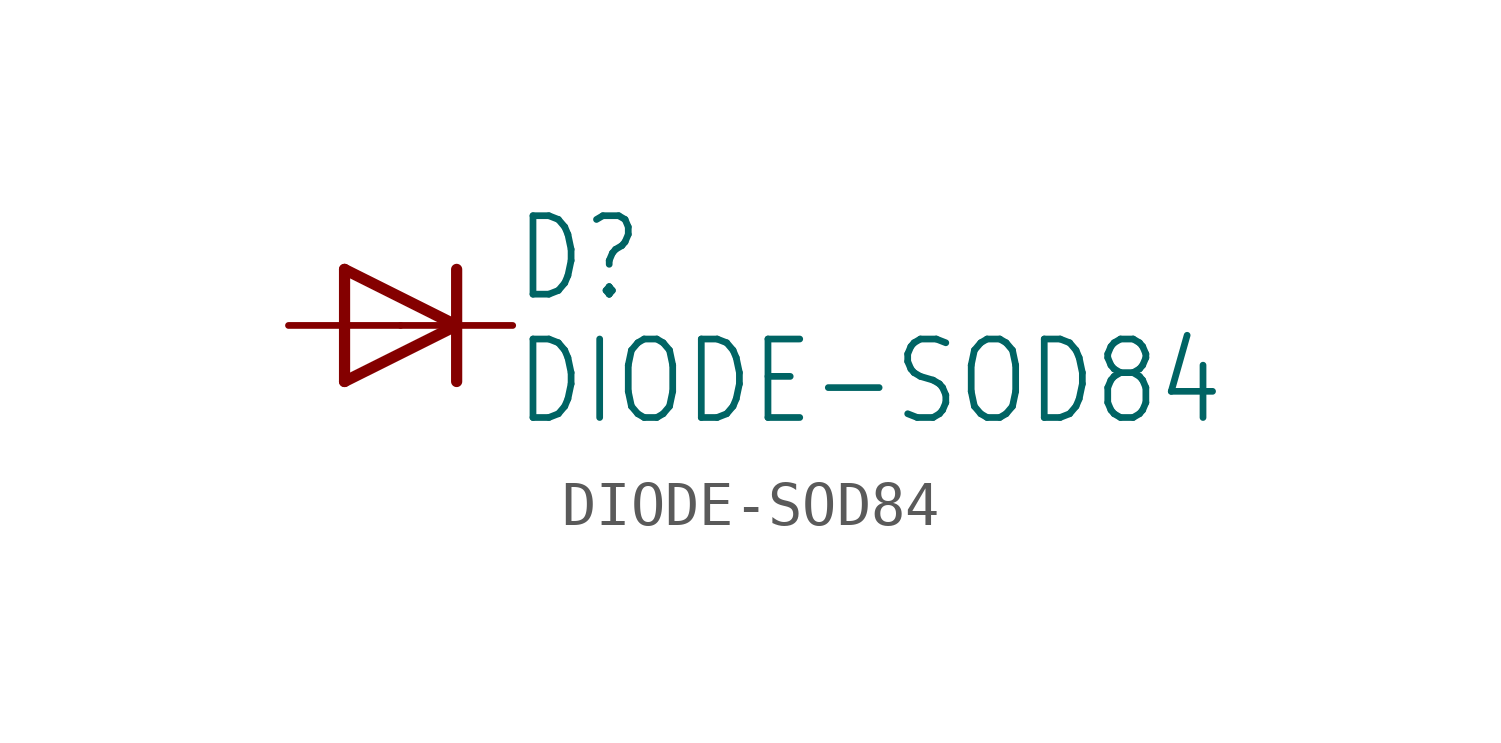
<source format=kicad_sym>
(kicad_symbol_lib
  (version 20211014)
  (generator kicad_symbol_editor)
  (symbol "DIODE-SOD84"
    (property "Reference" "D"
      (at 2.54 0.483 0)
      (effects (font (size 1.778 1.511)) (justify left bottom)))
    (property "Value" "DIODE-SOD84"
      (at 2.54 -2.311 0)
      (effects (font (size 1.778 1.511)) (justify left bottom)))
    (property "ki_locked" ""
      (at 0 0 0)
      (effects (font (size 1.27 1.27))))
    (symbol "DIODE-SOD84_1_0"
      (polyline (pts (xy -1.27 -1.27) (xy 1.27 0)) (stroke (width 0.254) (type default) (color 0 0 0 0)) (fill (type none)))
      (polyline (pts (xy -1.27 1.27) (xy -1.27 -1.27)) (stroke (width 0.254) (type default) (color 0 0 0 0)) (fill (type none)))
      (polyline (pts (xy 1.27 0) (xy -1.27 1.27)) (stroke (width 0.254) (type default) (color 0 0 0 0)) (fill (type none)))
      (polyline (pts (xy 1.27 0) (xy 1.27 -1.27)) (stroke (width 0.254) (type default) (color 0 0 0 0)) (fill (type none)))
      (polyline (pts (xy 1.27 1.27) (xy 1.27 0)) (stroke (width 0.254) (type default) (color 0 0 0 0)) (fill (type none)))
      (pin passive line (at -2.54 0 0) (length 2.54) (name "A" (effects (font (size 0 0)))) (number "A" (effects (font (size 0 0)))))
      (pin passive line (at 2.54 0 180) (length 2.54) (name "C" (effects (font (size 0 0)))) (number "C" (effects (font (size 0 0))))))))
</source>
